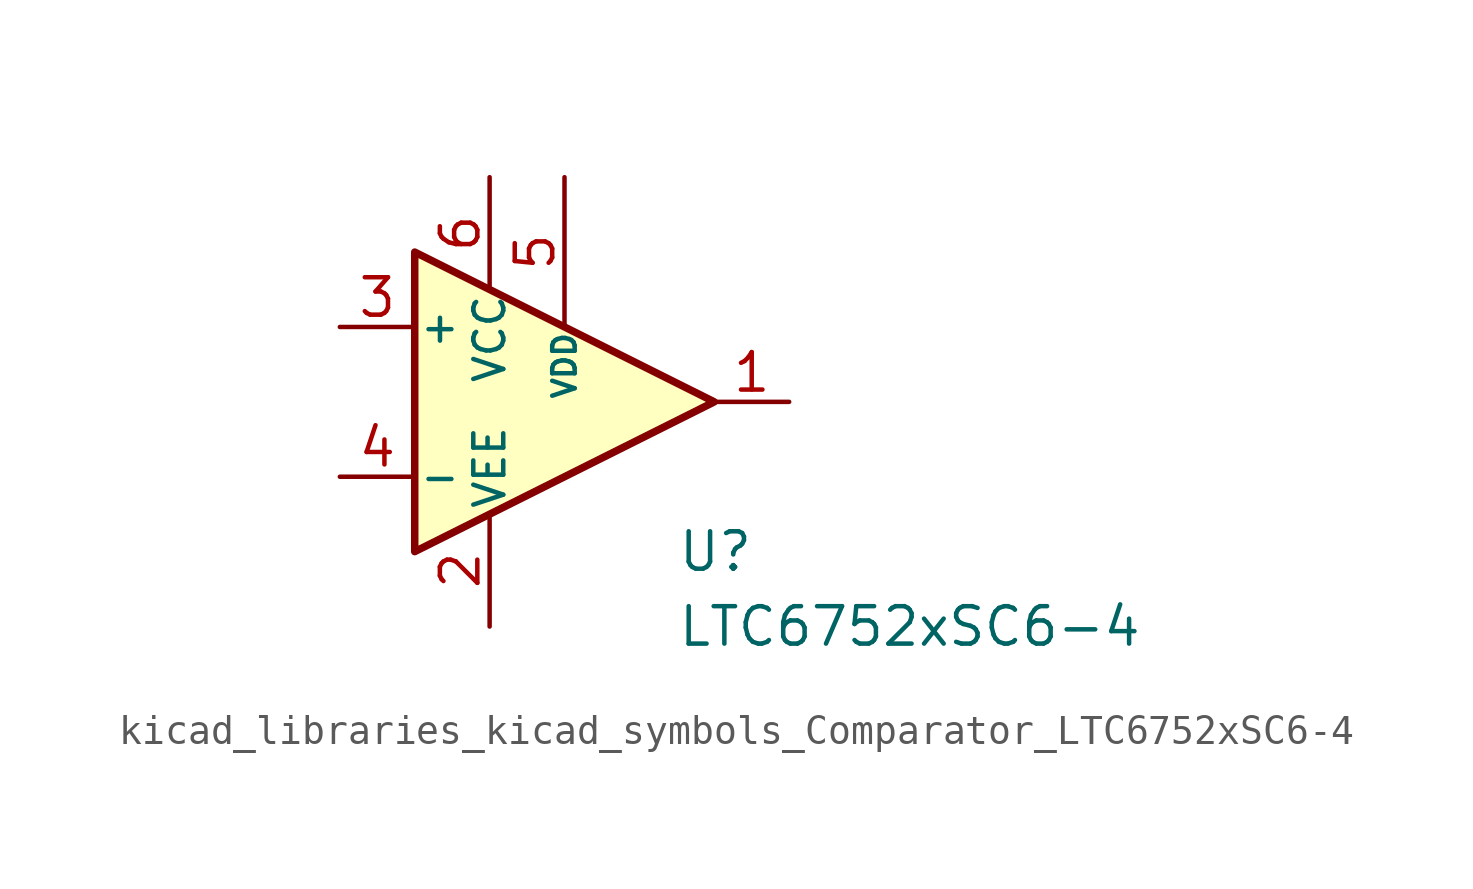
<source format=kicad_sym>
(kicad_symbol_lib
  (version 20220914)
  (generator kicad_symbol_editor)
  (symbol "kicad_libraries_kicad_symbols_Comparator_LTC6752xSC6-4"
    (pin_names
      (offset 0.127))
    (property "Reference" "U"
      (at 3.81 -5.08 0)
      (effects (font (size 1.27 1.27)) (justify left)))
    (property "Value" "LTC6752xSC6-4"
      (at 3.81 -7.62 0)
      (effects (font (size 1.27 1.27)) (justify left)))
    (symbol "kicad_libraries_kicad_symbols_Comparator_LTC6752xSC6-4_1_1"
      (polyline (pts (xy -5.08 5.08) (xy 5.08 0) (xy -5.08 -5.08) (xy -5.08 5.08)) (stroke (width 0.254) (type default)) (fill (type background)))
      (pin output line (at 7.62 0 180) (length 2.54) (name "~" (effects (font (size 1.27 1.27)))) (number "1" (effects (font (size 1.27 1.27)))))
      (pin power_in line (at -2.54 -7.62 90) (length 3.81) (name "VEE" (effects (font (size 1.016 1.016)))) (number "2" (effects (font (size 1.27 1.27)))))
      (pin input line (at -7.62 2.54 0) (length 2.54) (name "+" (effects (font (size 1.016 1.016)))) (number "3" (effects (font (size 1.27 1.27)))))
      (pin input line (at -7.62 -2.54 0) (length 2.54) (name "-" (effects (font (size 1.016 1.016)))) (number "4" (effects (font (size 1.27 1.27)))))
      (pin power_in line (at 0 7.62 270) (length 5.08) (name "VDD" (effects (font (size 0.762 0.762)))) (number "5" (effects (font (size 1.27 1.27)))))
      (pin power_in line (at -2.54 7.62 270) (length 3.81) (name "VCC" (effects (font (size 1.016 1.016)))) (number "6" (effects (font (size 1.27 1.27))))))))
</source>
